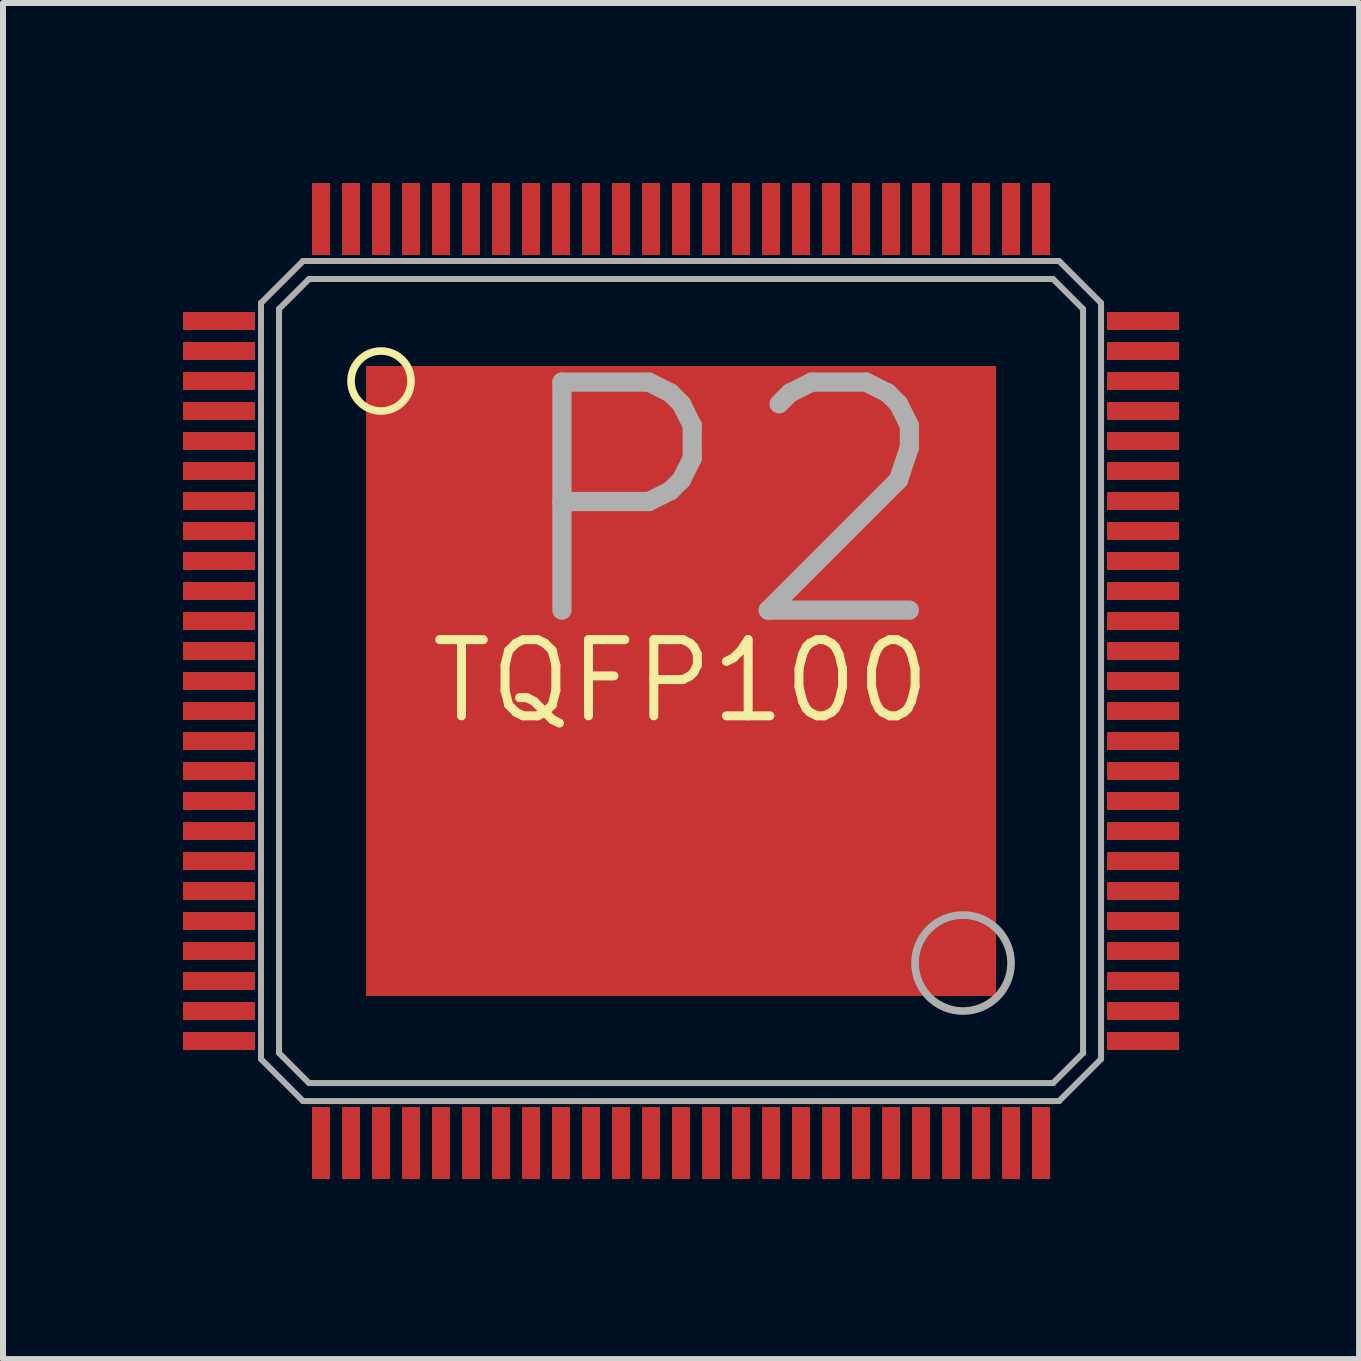
<source format=kicad_pcb>
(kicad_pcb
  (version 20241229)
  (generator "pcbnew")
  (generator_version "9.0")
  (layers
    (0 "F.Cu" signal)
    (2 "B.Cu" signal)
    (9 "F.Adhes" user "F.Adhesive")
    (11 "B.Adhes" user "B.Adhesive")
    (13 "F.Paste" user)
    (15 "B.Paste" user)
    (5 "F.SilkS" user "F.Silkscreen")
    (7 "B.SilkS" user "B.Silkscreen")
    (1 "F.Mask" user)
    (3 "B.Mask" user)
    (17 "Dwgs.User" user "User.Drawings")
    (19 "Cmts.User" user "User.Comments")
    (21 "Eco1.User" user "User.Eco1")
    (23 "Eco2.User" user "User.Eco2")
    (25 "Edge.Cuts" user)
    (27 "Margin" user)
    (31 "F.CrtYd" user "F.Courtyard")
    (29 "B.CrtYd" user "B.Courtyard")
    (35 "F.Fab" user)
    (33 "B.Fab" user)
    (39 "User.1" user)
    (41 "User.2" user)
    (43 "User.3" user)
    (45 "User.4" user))
  (footprint "TQFP100"
    (layer "F.Cu")
    (at 8.3 8.3)
    (property "Reference" "TQFP100" (at 0 0 0) (layer "F.SilkS") (effects (font (size 1.27 1.27) (thickness 0.15))))
    (attr through_hole)
    (fp_circle (center -5 -5) (end -4.5 -5) (stroke (width 0.127) (type solid)) (fill no) (layer "F.SilkS"))
    (fp_line (start -7 -6.3) (end -6.3 -7) (stroke (width 0.1) (type solid)) (layer "F.Fab"))
    (fp_line (start -7 6.3) (end -7 -6.3) (stroke (width 0.1) (type solid)) (layer "F.Fab"))
    (fp_line (start -6.7 -6.2) (end -6.2 -6.7) (stroke (width 0.1) (type solid)) (layer "F.Fab"))
    (fp_line (start -6.7 6.2) (end -6.7 -6.2) (stroke (width 0.1) (type solid)) (layer "F.Fab"))
    (fp_line (start -6.3 -7) (end 6.3 -7) (stroke (width 0.1) (type solid)) (layer "F.Fab"))
    (fp_line (start -6.3 7) (end -7 6.3) (stroke (width 0.1) (type solid)) (layer "F.Fab"))
    (fp_line (start -6.2 -6.7) (end 6.2 -6.7) (stroke (width 0.1) (type solid)) (layer "F.Fab"))
    (fp_line (start -6.2 6.7) (end -6.7 6.2) (stroke (width 0.1) (type solid)) (layer "F.Fab"))
    (fp_line (start 6.2 -6.7) (end 6.7 -6.2) (stroke (width 0.1) (type solid)) (layer "F.Fab"))
    (fp_line (start 6.2 6.7) (end -6.2 6.7) (stroke (width 0.1) (type solid)) (layer "F.Fab"))
    (fp_line (start 6.3 -7) (end 7 -6.3) (stroke (width 0.1) (type solid)) (layer "F.Fab"))
    (fp_line (start 6.3 7) (end -6.3 7) (stroke (width 0.1) (type solid)) (layer "F.Fab"))
    (fp_line (start 6.7 -6.2) (end 6.7 6.2) (stroke (width 0.1) (type solid)) (layer "F.Fab"))
    (fp_line (start 6.7 6.2) (end 6.2 6.7) (stroke (width 0.1) (type solid)) (layer "F.Fab"))
    (fp_line (start 7 -6.3) (end 7 6.3) (stroke (width 0.1) (type solid)) (layer "F.Fab"))
    (fp_line (start 7 6.3) (end 6.3 7) (stroke (width 0.1) (type solid)) (layer "F.Fab"))
    (fp_circle (center 4.7 4.7) (end 5.5 4.7) (stroke (width 0.127) (type solid)) (fill no) (layer "F.Fab"))
    (fp_text user "P2" (at -3.1 -0.7 0) (layer "F.Fab") (effects (font (size 3.8 3.8) (thickness 0.32)) (justify left bottom)))
    (pad "1" smd rect (at -7.7 -6 90) (size 0.3 1.2) (layers "F.Cu" "F.Mask" "F.Paste"))
    (pad "2" smd rect (at -7.7 -5.5 90) (size 0.3 1.2) (layers "F.Cu" "F.Mask" "F.Paste"))
    (pad "3" smd rect (at -7.7 -5 90) (size 0.3 1.2) (layers "F.Cu" "F.Mask" "F.Paste"))
    (pad "4" smd rect (at -7.7 -4.5 90) (size 0.3 1.2) (layers "F.Cu" "F.Mask" "F.Paste"))
    (pad "5" smd rect (at -7.7 -4 90) (size 0.3 1.2) (layers "F.Cu" "F.Mask" "F.Paste"))
    (pad "6" smd rect (at -7.7 -3.5 90) (size 0.3 1.2) (layers "F.Cu" "F.Mask" "F.Paste"))
    (pad "7" smd rect (at -7.7 -3 90) (size 0.3 1.2) (layers "F.Cu" "F.Mask" "F.Paste"))
    (pad "8" smd rect (at -7.7 -2.5 90) (size 0.3 1.2) (layers "F.Cu" "F.Mask" "F.Paste"))
    (pad "9" smd rect (at -7.7 -2 90) (size 0.3 1.2) (layers "F.Cu" "F.Mask" "F.Paste"))
    (pad "10" smd rect (at -7.7 -1.5 90) (size 0.3 1.2) (layers "F.Cu" "F.Mask" "F.Paste"))
    (pad "11" smd rect (at -7.7 -1 90) (size 0.3 1.2) (layers "F.Cu" "F.Mask" "F.Paste"))
    (pad "12" smd rect (at -7.7 -0.5 90) (size 0.3 1.2) (layers "F.Cu" "F.Mask" "F.Paste"))
    (pad "13" smd rect (at -7.7 0 90) (size 0.3 1.2) (layers "F.Cu" "F.Mask" "F.Paste"))
    (pad "14" smd rect (at -7.7 0.5 90) (size 0.3 1.2) (layers "F.Cu" "F.Mask" "F.Paste"))
    (pad "15" smd rect (at -7.7 1 90) (size 0.3 1.2) (layers "F.Cu" "F.Mask" "F.Paste"))
    (pad "16" smd rect (at -7.7 1.5 90) (size 0.3 1.2) (layers "F.Cu" "F.Mask" "F.Paste"))
    (pad "17" smd rect (at -7.7 2 90) (size 0.3 1.2) (layers "F.Cu" "F.Mask" "F.Paste"))
    (pad "18" smd rect (at -7.7 2.5 90) (size 0.3 1.2) (layers "F.Cu" "F.Mask" "F.Paste"))
    (pad "19" smd rect (at -7.7 3 90) (size 0.3 1.2) (layers "F.Cu" "F.Mask" "F.Paste"))
    (pad "20" smd rect (at -7.7 3.5 90) (size 0.3 1.2) (layers "F.Cu" "F.Mask" "F.Paste"))
    (pad "21" smd rect (at -7.7 4 90) (size 0.3 1.2) (layers "F.Cu" "F.Mask" "F.Paste"))
    (pad "22" smd rect (at -7.7 4.5 90) (size 0.3 1.2) (layers "F.Cu" "F.Mask" "F.Paste"))
    (pad "23" smd rect (at -7.7 5 90) (size 0.3 1.2) (layers "F.Cu" "F.Mask" "F.Paste"))
    (pad "24" smd rect (at -7.7 5.5 90) (size 0.3 1.2) (layers "F.Cu" "F.Mask" "F.Paste"))
    (pad "25" smd rect (at -7.7 6 90) (size 0.3 1.2) (layers "F.Cu" "F.Mask" "F.Paste"))
    (pad "26" smd rect (at -6 7.7) (size 0.3 1.2) (layers "F.Cu" "F.Mask" "F.Paste"))
    (pad "27" smd rect (at -5.5 7.7) (size 0.3 1.2) (layers "F.Cu" "F.Mask" "F.Paste"))
    (pad "28" smd rect (at -5 7.7) (size 0.3 1.2) (layers "F.Cu" "F.Mask" "F.Paste"))
    (pad "29" smd rect (at -4.5 7.7) (size 0.3 1.2) (layers "F.Cu" "F.Mask" "F.Paste"))
    (pad "30" smd rect (at -4 7.7) (size 0.3 1.2) (layers "F.Cu" "F.Mask" "F.Paste"))
    (pad "31" smd rect (at -3.5 7.7) (size 0.3 1.2) (layers "F.Cu" "F.Mask" "F.Paste"))
    (pad "32" smd rect (at -3 7.7) (size 0.3 1.2) (layers "F.Cu" "F.Mask" "F.Paste"))
    (pad "33" smd rect (at -2.5 7.7) (size 0.3 1.2) (layers "F.Cu" "F.Mask" "F.Paste"))
    (pad "34" smd rect (at -2 7.7) (size 0.3 1.2) (layers "F.Cu" "F.Mask" "F.Paste"))
    (pad "35" smd rect (at -1.5 7.7) (size 0.3 1.2) (layers "F.Cu" "F.Mask" "F.Paste"))
    (pad "36" smd rect (at -1 7.7) (size 0.3 1.2) (layers "F.Cu" "F.Mask" "F.Paste"))
    (pad "37" smd rect (at -0.5 7.7) (size 0.3 1.2) (layers "F.Cu" "F.Mask" "F.Paste"))
    (pad "38" smd rect (at 0 7.7) (size 0.3 1.2) (layers "F.Cu" "F.Mask" "F.Paste"))
    (pad "39" smd rect (at 0.5 7.7) (size 0.3 1.2) (layers "F.Cu" "F.Mask" "F.Paste"))
    (pad "40" smd rect (at 1 7.7) (size 0.3 1.2) (layers "F.Cu" "F.Mask" "F.Paste"))
    (pad "41" smd rect (at 1.5 7.7) (size 0.3 1.2) (layers "F.Cu" "F.Mask" "F.Paste"))
    (pad "42" smd rect (at 2 7.7) (size 0.3 1.2) (layers "F.Cu" "F.Mask" "F.Paste"))
    (pad "43" smd rect (at 2.5 7.7) (size 0.3 1.2) (layers "F.Cu" "F.Mask" "F.Paste"))
    (pad "44" smd rect (at 3 7.7) (size 0.3 1.2) (layers "F.Cu" "F.Mask" "F.Paste"))
    (pad "45" smd rect (at 3.5 7.7) (size 0.3 1.2) (layers "F.Cu" "F.Mask" "F.Paste"))
    (pad "46" smd rect (at 4 7.7) (size 0.3 1.2) (layers "F.Cu" "F.Mask" "F.Paste"))
    (pad "47" smd rect (at 4.5 7.7) (size 0.3 1.2) (layers "F.Cu" "F.Mask" "F.Paste"))
    (pad "48" smd rect (at 5 7.7) (size 0.3 1.2) (layers "F.Cu" "F.Mask" "F.Paste"))
    (pad "49" smd rect (at 5.5 7.7) (size 0.3 1.2) (layers "F.Cu" "F.Mask" "F.Paste"))
    (pad "50" smd rect (at 6 7.7) (size 0.3 1.2) (layers "F.Cu" "F.Mask" "F.Paste"))
    (pad "51" smd rect (at 7.7 6 90) (size 0.3 1.2) (layers "F.Cu" "F.Mask" "F.Paste"))
    (pad "52" smd rect (at 7.7 5.5 90) (size 0.3 1.2) (layers "F.Cu" "F.Mask" "F.Paste"))
    (pad "53" smd rect (at 7.7 5 90) (size 0.3 1.2) (layers "F.Cu" "F.Mask" "F.Paste"))
    (pad "54" smd rect (at 7.7 4.5 90) (size 0.3 1.2) (layers "F.Cu" "F.Mask" "F.Paste"))
    (pad "55" smd rect (at 7.7 4 90) (size 0.3 1.2) (layers "F.Cu" "F.Mask" "F.Paste"))
    (pad "56" smd rect (at 7.7 3.5 90) (size 0.3 1.2) (layers "F.Cu" "F.Mask" "F.Paste"))
    (pad "57" smd rect (at 7.7 3 90) (size 0.3 1.2) (layers "F.Cu" "F.Mask" "F.Paste"))
    (pad "58" smd rect (at 7.7 2.5 90) (size 0.3 1.2) (layers "F.Cu" "F.Mask" "F.Paste"))
    (pad "59" smd rect (at 7.7 2 90) (size 0.3 1.2) (layers "F.Cu" "F.Mask" "F.Paste"))
    (pad "60" smd rect (at 7.7 1.5 90) (size 0.3 1.2) (layers "F.Cu" "F.Mask" "F.Paste"))
    (pad "61" smd rect (at 7.7 1 90) (size 0.3 1.2) (layers "F.Cu" "F.Mask" "F.Paste"))
    (pad "62" smd rect (at 7.7 0.5 90) (size 0.3 1.2) (layers "F.Cu" "F.Mask" "F.Paste"))
    (pad "63" smd rect (at 7.7 0 90) (size 0.3 1.2) (layers "F.Cu" "F.Mask" "F.Paste"))
    (pad "64" smd rect (at 7.7 -0.5 90) (size 0.3 1.2) (layers "F.Cu" "F.Mask" "F.Paste"))
    (pad "65" smd rect (at 7.7 -1 90) (size 0.3 1.2) (layers "F.Cu" "F.Mask" "F.Paste"))
    (pad "66" smd rect (at 7.7 -1.5 90) (size 0.3 1.2) (layers "F.Cu" "F.Mask" "F.Paste"))
    (pad "67" smd rect (at 7.7 -2 90) (size 0.3 1.2) (layers "F.Cu" "F.Mask" "F.Paste"))
    (pad "68" smd rect (at 7.7 -2.5 90) (size 0.3 1.2) (layers "F.Cu" "F.Mask" "F.Paste"))
    (pad "69" smd rect (at 7.7 -3 90) (size 0.3 1.2) (layers "F.Cu" "F.Mask" "F.Paste"))
    (pad "70" smd rect (at 7.7 -3.5 90) (size 0.3 1.2) (layers "F.Cu" "F.Mask" "F.Paste"))
    (pad "71" smd rect (at 7.7 -4 90) (size 0.3 1.2) (layers "F.Cu" "F.Mask" "F.Paste"))
    (pad "72" smd rect (at 7.7 -4.5 90) (size 0.3 1.2) (layers "F.Cu" "F.Mask" "F.Paste"))
    (pad "73" smd rect (at 7.7 -5 90) (size 0.3 1.2) (layers "F.Cu" "F.Mask" "F.Paste"))
    (pad "74" smd rect (at 7.7 -5.5 90) (size 0.3 1.2) (layers "F.Cu" "F.Mask" "F.Paste"))
    (pad "75" smd rect (at 7.7 -6 90) (size 0.3 1.2) (layers "F.Cu" "F.Mask" "F.Paste"))
    (pad "76" smd rect (at 6 -7.7) (size 0.3 1.2) (layers "F.Cu" "F.Mask" "F.Paste"))
    (pad "77" smd rect (at 5.5 -7.7) (size 0.3 1.2) (layers "F.Cu" "F.Mask" "F.Paste"))
    (pad "78" smd rect (at 5 -7.7) (size 0.3 1.2) (layers "F.Cu" "F.Mask" "F.Paste"))
    (pad "79" smd rect (at 4.5 -7.7) (size 0.3 1.2) (layers "F.Cu" "F.Mask" "F.Paste"))
    (pad "80" smd rect (at 4 -7.7) (size 0.3 1.2) (layers "F.Cu" "F.Mask" "F.Paste"))
    (pad "81" smd rect (at 3.5 -7.7) (size 0.3 1.2) (layers "F.Cu" "F.Mask" "F.Paste"))
    (pad "82" smd rect (at 3 -7.7) (size 0.3 1.2) (layers "F.Cu" "F.Mask" "F.Paste"))
    (pad "83" smd rect (at 2.5 -7.7) (size 0.3 1.2) (layers "F.Cu" "F.Mask" "F.Paste"))
    (pad "84" smd rect (at 2 -7.7) (size 0.3 1.2) (layers "F.Cu" "F.Mask" "F.Paste"))
    (pad "85" smd rect (at 1.5 -7.7) (size 0.3 1.2) (layers "F.Cu" "F.Mask" "F.Paste"))
    (pad "86" smd rect (at 1 -7.7) (size 0.3 1.2) (layers "F.Cu" "F.Mask" "F.Paste"))
    (pad "87" smd rect (at 0.5 -7.7) (size 0.3 1.2) (layers "F.Cu" "F.Mask" "F.Paste"))
    (pad "88" smd rect (at 0 -7.7) (size 0.3 1.2) (layers "F.Cu" "F.Mask" "F.Paste"))
    (pad "89" smd rect (at -0.5 -7.7) (size 0.3 1.2) (layers "F.Cu" "F.Mask" "F.Paste"))
    (pad "90" smd rect (at -1 -7.7) (size 0.3 1.2) (layers "F.Cu" "F.Mask" "F.Paste"))
    (pad "91" smd rect (at -1.5 -7.7) (size 0.3 1.2) (layers "F.Cu" "F.Mask" "F.Paste"))
    (pad "92" smd rect (at -2 -7.7) (size 0.3 1.2) (layers "F.Cu" "F.Mask" "F.Paste"))
    (pad "93" smd rect (at -2.5 -7.7) (size 0.3 1.2) (layers "F.Cu" "F.Mask" "F.Paste"))
    (pad "94" smd rect (at -3 -7.7) (size 0.3 1.2) (layers "F.Cu" "F.Mask" "F.Paste"))
    (pad "95" smd rect (at -3.5 -7.7) (size 0.3 1.2) (layers "F.Cu" "F.Mask" "F.Paste"))
    (pad "96" smd rect (at -4 -7.7) (size 0.3 1.2) (layers "F.Cu" "F.Mask" "F.Paste"))
    (pad "97" smd rect (at -4.5 -7.7) (size 0.3 1.2) (layers "F.Cu" "F.Mask" "F.Paste"))
    (pad "98" smd rect (at -5 -7.7) (size 0.3 1.2) (layers "F.Cu" "F.Mask" "F.Paste"))
    (pad "99" smd rect (at -5.5 -7.7) (size 0.3 1.2) (layers "F.Cu" "F.Mask" "F.Paste"))
    (pad "100" smd rect (at -6 -7.7) (size 0.3 1.2) (layers "F.Cu" "F.Mask" "F.Paste"))
    (pad "EPAD" smd rect (at 0 0) (size 10.5 10.5) (layers "F.Cu" "F.Mask" "F.Paste")))
  (gr_rect
    (start -3 -3)
    (end 19.6 19.6)
    (stroke (width 0.1) (type default))
    (fill no)
    (layer "Edge.Cuts")))
</source>
